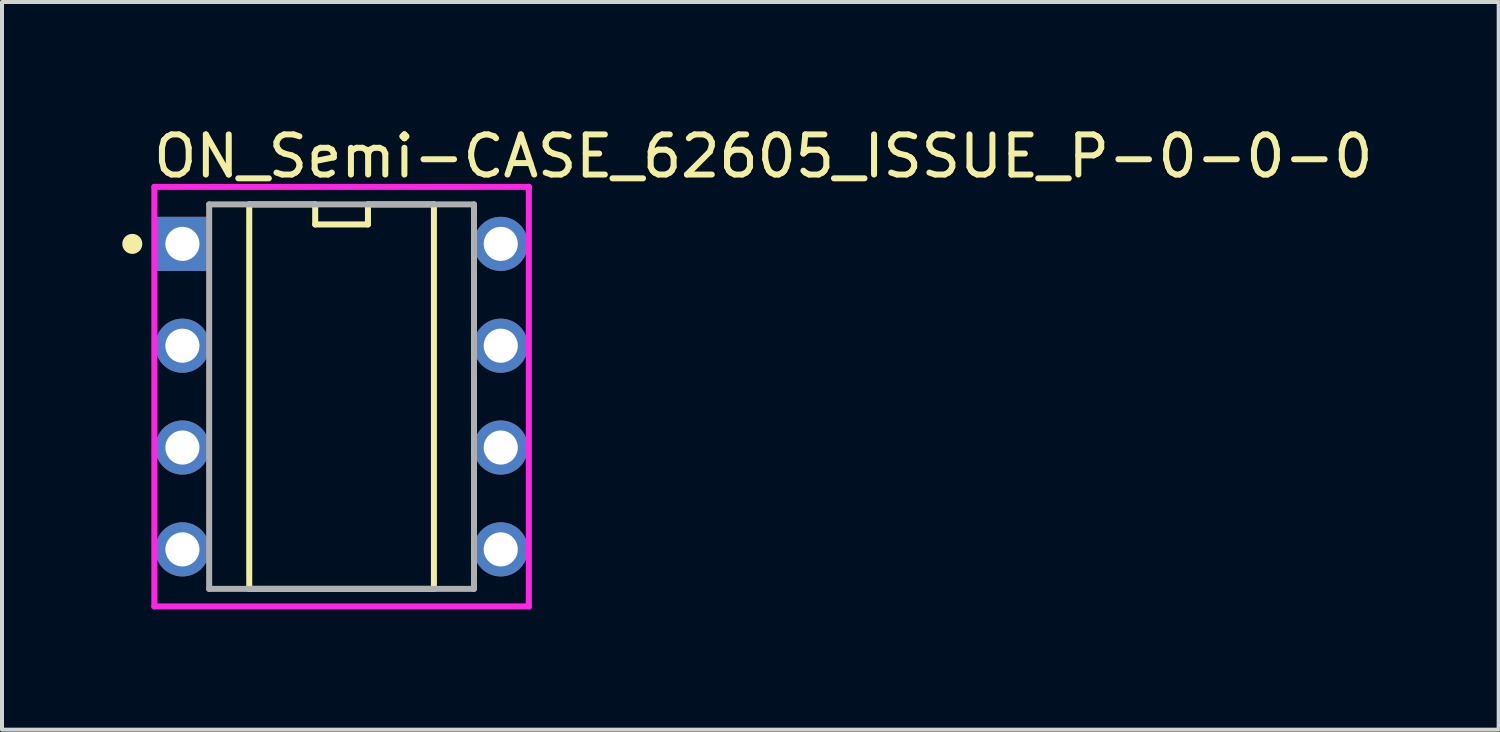
<source format=kicad_pcb>
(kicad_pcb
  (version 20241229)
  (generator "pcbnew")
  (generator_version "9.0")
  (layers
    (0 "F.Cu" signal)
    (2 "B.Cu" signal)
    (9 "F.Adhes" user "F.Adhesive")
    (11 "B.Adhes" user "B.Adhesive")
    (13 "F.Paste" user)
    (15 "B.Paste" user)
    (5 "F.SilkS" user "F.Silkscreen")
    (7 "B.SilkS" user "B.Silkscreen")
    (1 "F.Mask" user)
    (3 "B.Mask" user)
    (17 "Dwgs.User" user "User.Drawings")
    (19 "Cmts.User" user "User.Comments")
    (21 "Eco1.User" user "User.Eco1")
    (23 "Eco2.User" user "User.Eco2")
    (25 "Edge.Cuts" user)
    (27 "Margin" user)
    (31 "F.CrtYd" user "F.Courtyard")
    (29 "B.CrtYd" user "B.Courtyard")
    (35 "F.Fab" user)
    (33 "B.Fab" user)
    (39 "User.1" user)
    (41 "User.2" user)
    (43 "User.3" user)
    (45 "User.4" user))
  (footprint "ON_Semi-CASE_62605_ISSUE_P-0-0-0"
    (layer "F.Cu")
    (at 5.47 6.843)
    (property "Reference" "ON_Semi-CASE_62605_ISSUE_P-0-0-0" (at -4.77 -5.995 0) (layer "F.SilkS") (effects (font (size 1 1) (thickness 0.15)) (justify left)))
    (attr through_hole)
    (fp_line (start -2.303 -4.795) (end -2.303 4.795) (stroke (width 0.15) (type solid)) (layer "F.SilkS"))
    (fp_line (start -2.303 4.795) (end 2.303 4.795) (stroke (width 0.15) (type solid)) (layer "F.SilkS"))
    (fp_line (start -0.658 -4.795) (end -2.303 -4.795) (stroke (width 0.15) (type solid)) (layer "F.SilkS"))
    (fp_line (start -0.658 -4.295) (end -0.658 -4.795) (stroke (width 0.15) (type solid)) (layer "F.SilkS"))
    (fp_line (start 0.658 -4.795) (end 0.658 -4.295) (stroke (width 0.15) (type solid)) (layer "F.SilkS"))
    (fp_line (start 0.658 -4.295) (end -0.658 -4.295) (stroke (width 0.15) (type solid)) (layer "F.SilkS"))
    (fp_line (start 2.303 -4.795) (end 0.658 -4.795) (stroke (width 0.15) (type solid)) (layer "F.SilkS"))
    (fp_line (start 2.303 4.795) (end 2.303 -4.795) (stroke (width 0.15) (type solid)) (layer "F.SilkS"))
    (fp_circle (center -5.22 -3.81) (end -5.095 -3.81) (stroke (width 0.25) (type solid)) (fill no) (layer "F.SilkS"))
    (fp_line (start -4.67 -5.232) (end -4.67 5.232) (stroke (width 0.15) (type solid)) (layer "F.CrtYd"))
    (fp_line (start -4.67 5.232) (end 4.67 5.232) (stroke (width 0.15) (type solid)) (layer "F.CrtYd"))
    (fp_line (start 4.67 -5.232) (end -4.67 -5.232) (stroke (width 0.15) (type solid)) (layer "F.CrtYd"))
    (fp_line (start 4.67 -5.232) (end 4.67 -5.232) (stroke (width 0.15) (type solid)) (layer "F.CrtYd"))
    (fp_line (start 4.67 5.232) (end 4.67 -5.232) (stroke (width 0.15) (type solid)) (layer "F.CrtYd"))
    (fp_line (start -3.303 -4.795) (end 3.303 -4.795) (stroke (width 0.15) (type solid)) (layer "F.Fab"))
    (fp_line (start -3.303 4.795) (end -3.303 -4.795) (stroke (width 0.15) (type solid)) (layer "F.Fab"))
    (fp_line (start 3.303 -4.795) (end 3.303 4.795) (stroke (width 0.15) (type solid)) (layer "F.Fab"))
    (fp_line (start 3.303 4.795) (end -3.303 4.795) (stroke (width 0.15) (type solid)) (layer "F.Fab"))
    (pad "1" thru_hole rect (at -3.97 -3.81) (size 1.35 1.35) (drill 0.85) (layers "*.Cu"))
    (pad "2" thru_hole circle (at -3.97 -1.27) (size 1.35 1.35) (drill 0.85) (layers "*.Cu"))
    (pad "3" thru_hole circle (at -3.97 1.27) (size 1.35 1.35) (drill 0.85) (layers "*.Cu"))
    (pad "4" thru_hole circle (at -3.97 3.81) (size 1.35 1.35) (drill 0.85) (layers "*.Cu"))
    (pad "5" thru_hole circle (at 3.97 3.81) (size 1.35 1.35) (drill 0.85) (layers "*.Cu"))
    (pad "6" thru_hole circle (at 3.97 1.27) (size 1.35 1.35) (drill 0.85) (layers "*.Cu"))
    (pad "7" thru_hole circle (at 3.97 -1.27) (size 1.35 1.35) (drill 0.85) (layers "*.Cu"))
    (pad "8" thru_hole circle (at 3.97 -3.81) (size 1.35 1.35) (drill 0.85) (layers "*.Cu")))
  (gr_rect
    (start -3 -3)
    (end 34.331 15.15)
    (stroke (width 0.1) (type default))
    (fill no)
    (layer "Edge.Cuts")))
</source>
